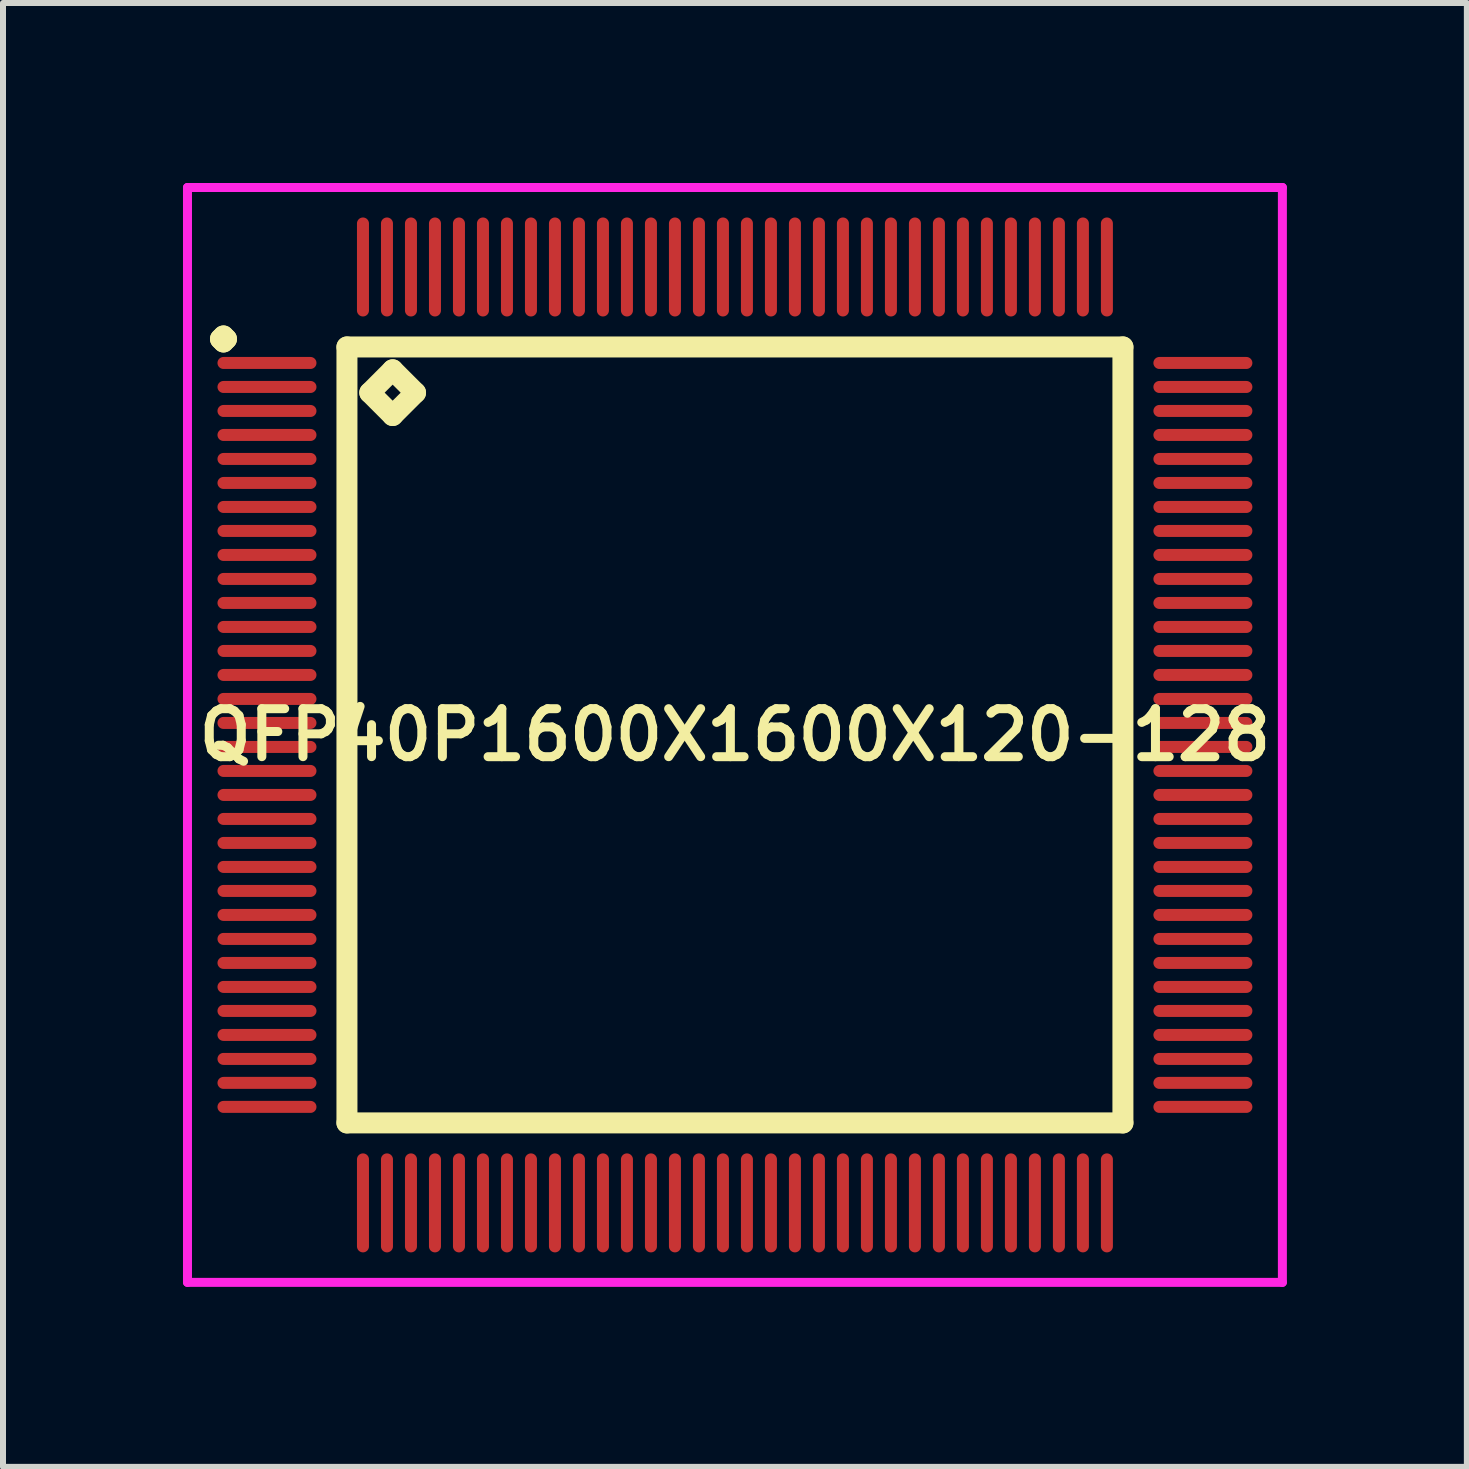
<source format=kicad_pcb>
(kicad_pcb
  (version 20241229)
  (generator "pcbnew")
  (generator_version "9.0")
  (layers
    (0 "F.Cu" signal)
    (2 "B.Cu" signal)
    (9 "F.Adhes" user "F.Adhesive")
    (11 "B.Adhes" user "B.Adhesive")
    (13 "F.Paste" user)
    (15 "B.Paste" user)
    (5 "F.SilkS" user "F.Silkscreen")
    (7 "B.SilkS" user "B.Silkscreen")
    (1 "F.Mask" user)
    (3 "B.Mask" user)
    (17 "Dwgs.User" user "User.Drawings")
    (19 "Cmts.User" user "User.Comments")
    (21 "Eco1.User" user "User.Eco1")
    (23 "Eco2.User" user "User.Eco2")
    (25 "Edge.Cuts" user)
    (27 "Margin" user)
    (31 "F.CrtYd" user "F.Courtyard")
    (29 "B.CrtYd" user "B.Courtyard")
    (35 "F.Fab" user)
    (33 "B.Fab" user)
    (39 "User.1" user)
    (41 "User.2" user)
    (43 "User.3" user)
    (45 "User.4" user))
  (footprint "QFP40P1600X1600X120-128"
    (layer "F.Cu")
    (at 9.2 9.2)
    (property "Reference" "QFP40P1600X1600X120-128" (at 0 0 0) (layer "F.SilkS") (effects (font (size 0.8 0.8) (thickness 0.15))))
    (attr through_hole)
    (fp_line (start -8.575 -6.6) (end -8.525 -6.65) (stroke (width 0.35) (type solid)) (layer "F.SilkS"))
    (fp_line (start -8.525 -6.65) (end -8.475 -6.6) (stroke (width 0.35) (type solid)) (layer "F.SilkS"))
    (fp_line (start -8.525 -6.55) (end -8.575 -6.6) (stroke (width 0.35) (type solid)) (layer "F.SilkS"))
    (fp_line (start -8.475 -6.6) (end -8.525 -6.55) (stroke (width 0.35) (type solid)) (layer "F.SilkS"))
    (fp_line (start -6.467 -6.467) (end -6.467 6.467) (stroke (width 0.35) (type solid)) (layer "F.SilkS"))
    (fp_line (start -6.467 6.467) (end 6.467 6.467) (stroke (width 0.35) (type solid)) (layer "F.SilkS"))
    (fp_line (start -6.086 -5.705) (end -5.705 -6.086) (stroke (width 0.35) (type solid)) (layer "F.SilkS"))
    (fp_line (start -5.705 -6.086) (end -5.324 -5.705) (stroke (width 0.35) (type solid)) (layer "F.SilkS"))
    (fp_line (start -5.705 -5.324) (end -6.086 -5.705) (stroke (width 0.35) (type solid)) (layer "F.SilkS"))
    (fp_line (start -5.324 -5.705) (end -5.705 -5.324) (stroke (width 0.35) (type solid)) (layer "F.SilkS"))
    (fp_line (start 6.467 -6.467) (end -6.467 -6.467) (stroke (width 0.35) (type solid)) (layer "F.SilkS"))
    (fp_line (start 6.467 6.467) (end 6.467 -6.467) (stroke (width 0.35) (type solid)) (layer "F.SilkS"))
    (fp_line (start -9.125 -9.125) (end 9.125 -9.125) (stroke (width 0.15) (type solid)) (layer "F.CrtYd"))
    (fp_line (start -9.125 9.125) (end -9.125 -9.125) (stroke (width 0.15) (type solid)) (layer "F.CrtYd"))
    (fp_line (start 9.125 -9.125) (end 9.125 9.125) (stroke (width 0.15) (type solid)) (layer "F.CrtYd"))
    (fp_line (start 9.125 9.125) (end -9.125 9.125) (stroke (width 0.15) (type solid)) (layer "F.CrtYd"))
    (pad "1" smd oval (at -7.8 -6.2) (size 1.65 0.2) (layers "F.Cu" "F.Mask" "F.Paste"))
    (pad "2" smd oval (at -7.8 -5.8) (size 1.65 0.2) (layers "F.Cu" "F.Mask" "F.Paste"))
    (pad "3" smd oval (at -7.8 -5.4) (size 1.65 0.2) (layers "F.Cu" "F.Mask" "F.Paste"))
    (pad "4" smd oval (at -7.8 -5) (size 1.65 0.2) (layers "F.Cu" "F.Mask" "F.Paste"))
    (pad "5" smd oval (at -7.8 -4.6) (size 1.65 0.2) (layers "F.Cu" "F.Mask" "F.Paste"))
    (pad "6" smd oval (at -7.8 -4.2) (size 1.65 0.2) (layers "F.Cu" "F.Mask" "F.Paste"))
    (pad "7" smd oval (at -7.8 -3.8) (size 1.65 0.2) (layers "F.Cu" "F.Mask" "F.Paste"))
    (pad "8" smd oval (at -7.8 -3.4) (size 1.65 0.2) (layers "F.Cu" "F.Mask" "F.Paste"))
    (pad "9" smd oval (at -7.8 -3) (size 1.65 0.2) (layers "F.Cu" "F.Mask" "F.Paste"))
    (pad "10" smd oval (at -7.8 -2.6) (size 1.65 0.2) (layers "F.Cu" "F.Mask" "F.Paste"))
    (pad "11" smd oval (at -7.8 -2.2) (size 1.65 0.2) (layers "F.Cu" "F.Mask" "F.Paste"))
    (pad "12" smd oval (at -7.8 -1.8) (size 1.65 0.2) (layers "F.Cu" "F.Mask" "F.Paste"))
    (pad "13" smd oval (at -7.8 -1.4) (size 1.65 0.2) (layers "F.Cu" "F.Mask" "F.Paste"))
    (pad "14" smd oval (at -7.8 -1) (size 1.65 0.2) (layers "F.Cu" "F.Mask" "F.Paste"))
    (pad "15" smd oval (at -7.8 -0.6) (size 1.65 0.2) (layers "F.Cu" "F.Mask" "F.Paste"))
    (pad "16" smd oval (at -7.8 -0.2) (size 1.65 0.2) (layers "F.Cu" "F.Mask" "F.Paste"))
    (pad "17" smd oval (at -7.8 0.2) (size 1.65 0.2) (layers "F.Cu" "F.Mask" "F.Paste"))
    (pad "18" smd oval (at -7.8 0.6) (size 1.65 0.2) (layers "F.Cu" "F.Mask" "F.Paste"))
    (pad "19" smd oval (at -7.8 1) (size 1.65 0.2) (layers "F.Cu" "F.Mask" "F.Paste"))
    (pad "20" smd oval (at -7.8 1.4) (size 1.65 0.2) (layers "F.Cu" "F.Mask" "F.Paste"))
    (pad "21" smd oval (at -7.8 1.8) (size 1.65 0.2) (layers "F.Cu" "F.Mask" "F.Paste"))
    (pad "22" smd oval (at -7.8 2.2) (size 1.65 0.2) (layers "F.Cu" "F.Mask" "F.Paste"))
    (pad "23" smd oval (at -7.8 2.6) (size 1.65 0.2) (layers "F.Cu" "F.Mask" "F.Paste"))
    (pad "24" smd oval (at -7.8 3) (size 1.65 0.2) (layers "F.Cu" "F.Mask" "F.Paste"))
    (pad "25" smd oval (at -7.8 3.4) (size 1.65 0.2) (layers "F.Cu" "F.Mask" "F.Paste"))
    (pad "26" smd oval (at -7.8 3.8) (size 1.65 0.2) (layers "F.Cu" "F.Mask" "F.Paste"))
    (pad "27" smd oval (at -7.8 4.2) (size 1.65 0.2) (layers "F.Cu" "F.Mask" "F.Paste"))
    (pad "28" smd oval (at -7.8 4.6) (size 1.65 0.2) (layers "F.Cu" "F.Mask" "F.Paste"))
    (pad "29" smd oval (at -7.8 5) (size 1.65 0.2) (layers "F.Cu" "F.Mask" "F.Paste"))
    (pad "30" smd oval (at -7.8 5.4) (size 1.65 0.2) (layers "F.Cu" "F.Mask" "F.Paste"))
    (pad "31" smd oval (at -7.8 5.8) (size 1.65 0.2) (layers "F.Cu" "F.Mask" "F.Paste"))
    (pad "32" smd oval (at -7.8 6.2) (size 1.65 0.2) (layers "F.Cu" "F.Mask" "F.Paste"))
    (pad "33" smd oval (at -6.2 7.8) (size 0.2 1.65) (layers "F.Cu" "F.Mask" "F.Paste"))
    (pad "34" smd oval (at -5.8 7.8) (size 0.2 1.65) (layers "F.Cu" "F.Mask" "F.Paste"))
    (pad "35" smd oval (at -5.4 7.8) (size 0.2 1.65) (layers "F.Cu" "F.Mask" "F.Paste"))
    (pad "36" smd oval (at -5 7.8) (size 0.2 1.65) (layers "F.Cu" "F.Mask" "F.Paste"))
    (pad "37" smd oval (at -4.6 7.8) (size 0.2 1.65) (layers "F.Cu" "F.Mask" "F.Paste"))
    (pad "38" smd oval (at -4.2 7.8) (size 0.2 1.65) (layers "F.Cu" "F.Mask" "F.Paste"))
    (pad "39" smd oval (at -3.8 7.8) (size 0.2 1.65) (layers "F.Cu" "F.Mask" "F.Paste"))
    (pad "40" smd oval (at -3.4 7.8) (size 0.2 1.65) (layers "F.Cu" "F.Mask" "F.Paste"))
    (pad "41" smd oval (at -3 7.8) (size 0.2 1.65) (layers "F.Cu" "F.Mask" "F.Paste"))
    (pad "42" smd oval (at -2.6 7.8) (size 0.2 1.65) (layers "F.Cu" "F.Mask" "F.Paste"))
    (pad "43" smd oval (at -2.2 7.8) (size 0.2 1.65) (layers "F.Cu" "F.Mask" "F.Paste"))
    (pad "44" smd oval (at -1.8 7.8) (size 0.2 1.65) (layers "F.Cu" "F.Mask" "F.Paste"))
    (pad "45" smd oval (at -1.4 7.8) (size 0.2 1.65) (layers "F.Cu" "F.Mask" "F.Paste"))
    (pad "46" smd oval (at -1 7.8) (size 0.2 1.65) (layers "F.Cu" "F.Mask" "F.Paste"))
    (pad "47" smd oval (at -0.6 7.8) (size 0.2 1.65) (layers "F.Cu" "F.Mask" "F.Paste"))
    (pad "48" smd oval (at -0.2 7.8) (size 0.2 1.65) (layers "F.Cu" "F.Mask" "F.Paste"))
    (pad "49" smd oval (at 0.2 7.8) (size 0.2 1.65) (layers "F.Cu" "F.Mask" "F.Paste"))
    (pad "50" smd oval (at 0.6 7.8) (size 0.2 1.65) (layers "F.Cu" "F.Mask" "F.Paste"))
    (pad "51" smd oval (at 1 7.8) (size 0.2 1.65) (layers "F.Cu" "F.Mask" "F.Paste"))
    (pad "52" smd oval (at 1.4 7.8) (size 0.2 1.65) (layers "F.Cu" "F.Mask" "F.Paste"))
    (pad "53" smd oval (at 1.8 7.8) (size 0.2 1.65) (layers "F.Cu" "F.Mask" "F.Paste"))
    (pad "54" smd oval (at 2.2 7.8) (size 0.2 1.65) (layers "F.Cu" "F.Mask" "F.Paste"))
    (pad "55" smd oval (at 2.6 7.8) (size 0.2 1.65) (layers "F.Cu" "F.Mask" "F.Paste"))
    (pad "56" smd oval (at 3 7.8) (size 0.2 1.65) (layers "F.Cu" "F.Mask" "F.Paste"))
    (pad "57" smd oval (at 3.4 7.8) (size 0.2 1.65) (layers "F.Cu" "F.Mask" "F.Paste"))
    (pad "58" smd oval (at 3.8 7.8) (size 0.2 1.65) (layers "F.Cu" "F.Mask" "F.Paste"))
    (pad "59" smd oval (at 4.2 7.8) (size 0.2 1.65) (layers "F.Cu" "F.Mask" "F.Paste"))
    (pad "60" smd oval (at 4.6 7.8) (size 0.2 1.65) (layers "F.Cu" "F.Mask" "F.Paste"))
    (pad "61" smd oval (at 5 7.8) (size 0.2 1.65) (layers "F.Cu" "F.Mask" "F.Paste"))
    (pad "62" smd oval (at 5.4 7.8) (size 0.2 1.65) (layers "F.Cu" "F.Mask" "F.Paste"))
    (pad "63" smd oval (at 5.8 7.8) (size 0.2 1.65) (layers "F.Cu" "F.Mask" "F.Paste"))
    (pad "64" smd oval (at 6.2 7.8) (size 0.2 1.65) (layers "F.Cu" "F.Mask" "F.Paste"))
    (pad "65" smd oval (at 7.8 6.2) (size 1.65 0.2) (layers "F.Cu" "F.Mask" "F.Paste"))
    (pad "66" smd oval (at 7.8 5.8) (size 1.65 0.2) (layers "F.Cu" "F.Mask" "F.Paste"))
    (pad "67" smd oval (at 7.8 5.4) (size 1.65 0.2) (layers "F.Cu" "F.Mask" "F.Paste"))
    (pad "68" smd oval (at 7.8 5) (size 1.65 0.2) (layers "F.Cu" "F.Mask" "F.Paste"))
    (pad "69" smd oval (at 7.8 4.6) (size 1.65 0.2) (layers "F.Cu" "F.Mask" "F.Paste"))
    (pad "70" smd oval (at 7.8 4.2) (size 1.65 0.2) (layers "F.Cu" "F.Mask" "F.Paste"))
    (pad "71" smd oval (at 7.8 3.8) (size 1.65 0.2) (layers "F.Cu" "F.Mask" "F.Paste"))
    (pad "72" smd oval (at 7.8 3.4) (size 1.65 0.2) (layers "F.Cu" "F.Mask" "F.Paste"))
    (pad "73" smd oval (at 7.8 3) (size 1.65 0.2) (layers "F.Cu" "F.Mask" "F.Paste"))
    (pad "74" smd oval (at 7.8 2.6) (size 1.65 0.2) (layers "F.Cu" "F.Mask" "F.Paste"))
    (pad "75" smd oval (at 7.8 2.2) (size 1.65 0.2) (layers "F.Cu" "F.Mask" "F.Paste"))
    (pad "76" smd oval (at 7.8 1.8) (size 1.65 0.2) (layers "F.Cu" "F.Mask" "F.Paste"))
    (pad "77" smd oval (at 7.8 1.4) (size 1.65 0.2) (layers "F.Cu" "F.Mask" "F.Paste"))
    (pad "78" smd oval (at 7.8 1) (size 1.65 0.2) (layers "F.Cu" "F.Mask" "F.Paste"))
    (pad "79" smd oval (at 7.8 0.6) (size 1.65 0.2) (layers "F.Cu" "F.Mask" "F.Paste"))
    (pad "80" smd oval (at 7.8 0.2) (size 1.65 0.2) (layers "F.Cu" "F.Mask" "F.Paste"))
    (pad "81" smd oval (at 7.8 -0.2) (size 1.65 0.2) (layers "F.Cu" "F.Mask" "F.Paste"))
    (pad "82" smd oval (at 7.8 -0.6) (size 1.65 0.2) (layers "F.Cu" "F.Mask" "F.Paste"))
    (pad "83" smd oval (at 7.8 -1) (size 1.65 0.2) (layers "F.Cu" "F.Mask" "F.Paste"))
    (pad "84" smd oval (at 7.8 -1.4) (size 1.65 0.2) (layers "F.Cu" "F.Mask" "F.Paste"))
    (pad "85" smd oval (at 7.8 -1.8) (size 1.65 0.2) (layers "F.Cu" "F.Mask" "F.Paste"))
    (pad "86" smd oval (at 7.8 -2.2) (size 1.65 0.2) (layers "F.Cu" "F.Mask" "F.Paste"))
    (pad "87" smd oval (at 7.8 -2.6) (size 1.65 0.2) (layers "F.Cu" "F.Mask" "F.Paste"))
    (pad "88" smd oval (at 7.8 -3) (size 1.65 0.2) (layers "F.Cu" "F.Mask" "F.Paste"))
    (pad "89" smd oval (at 7.8 -3.4) (size 1.65 0.2) (layers "F.Cu" "F.Mask" "F.Paste"))
    (pad "90" smd oval (at 7.8 -3.8) (size 1.65 0.2) (layers "F.Cu" "F.Mask" "F.Paste"))
    (pad "91" smd oval (at 7.8 -4.2) (size 1.65 0.2) (layers "F.Cu" "F.Mask" "F.Paste"))
    (pad "92" smd oval (at 7.8 -4.6) (size 1.65 0.2) (layers "F.Cu" "F.Mask" "F.Paste"))
    (pad "93" smd oval (at 7.8 -5) (size 1.65 0.2) (layers "F.Cu" "F.Mask" "F.Paste"))
    (pad "94" smd oval (at 7.8 -5.4) (size 1.65 0.2) (layers "F.Cu" "F.Mask" "F.Paste"))
    (pad "95" smd oval (at 7.8 -5.8) (size 1.65 0.2) (layers "F.Cu" "F.Mask" "F.Paste"))
    (pad "96" smd oval (at 7.8 -6.2) (size 1.65 0.2) (layers "F.Cu" "F.Mask" "F.Paste"))
    (pad "97" smd oval (at 6.2 -7.8) (size 0.2 1.65) (layers "F.Cu" "F.Mask" "F.Paste"))
    (pad "98" smd oval (at 5.8 -7.8) (size 0.2 1.65) (layers "F.Cu" "F.Mask" "F.Paste"))
    (pad "99" smd oval (at 5.4 -7.8) (size 0.2 1.65) (layers "F.Cu" "F.Mask" "F.Paste"))
    (pad "100" smd oval (at 5 -7.8) (size 0.2 1.65) (layers "F.Cu" "F.Mask" "F.Paste"))
    (pad "101" smd oval (at 4.6 -7.8) (size 0.2 1.65) (layers "F.Cu" "F.Mask" "F.Paste"))
    (pad "102" smd oval (at 4.2 -7.8) (size 0.2 1.65) (layers "F.Cu" "F.Mask" "F.Paste"))
    (pad "103" smd oval (at 3.8 -7.8) (size 0.2 1.65) (layers "F.Cu" "F.Mask" "F.Paste"))
    (pad "104" smd oval (at 3.4 -7.8) (size 0.2 1.65) (layers "F.Cu" "F.Mask" "F.Paste"))
    (pad "105" smd oval (at 3 -7.8) (size 0.2 1.65) (layers "F.Cu" "F.Mask" "F.Paste"))
    (pad "106" smd oval (at 2.6 -7.8) (size 0.2 1.65) (layers "F.Cu" "F.Mask" "F.Paste"))
    (pad "107" smd oval (at 2.2 -7.8) (size 0.2 1.65) (layers "F.Cu" "F.Mask" "F.Paste"))
    (pad "108" smd oval (at 1.8 -7.8) (size 0.2 1.65) (layers "F.Cu" "F.Mask" "F.Paste"))
    (pad "109" smd oval (at 1.4 -7.8) (size 0.2 1.65) (layers "F.Cu" "F.Mask" "F.Paste"))
    (pad "110" smd oval (at 1 -7.8) (size 0.2 1.65) (layers "F.Cu" "F.Mask" "F.Paste"))
    (pad "111" smd oval (at 0.6 -7.8) (size 0.2 1.65) (layers "F.Cu" "F.Mask" "F.Paste"))
    (pad "112" smd oval (at 0.2 -7.8) (size 0.2 1.65) (layers "F.Cu" "F.Mask" "F.Paste"))
    (pad "113" smd oval (at -0.2 -7.8) (size 0.2 1.65) (layers "F.Cu" "F.Mask" "F.Paste"))
    (pad "114" smd oval (at -0.6 -7.8) (size 0.2 1.65) (layers "F.Cu" "F.Mask" "F.Paste"))
    (pad "115" smd oval (at -1 -7.8) (size 0.2 1.65) (layers "F.Cu" "F.Mask" "F.Paste"))
    (pad "116" smd oval (at -1.4 -7.8) (size 0.2 1.65) (layers "F.Cu" "F.Mask" "F.Paste"))
    (pad "117" smd oval (at -1.8 -7.8) (size 0.2 1.65) (layers "F.Cu" "F.Mask" "F.Paste"))
    (pad "118" smd oval (at -2.2 -7.8) (size 0.2 1.65) (layers "F.Cu" "F.Mask" "F.Paste"))
    (pad "119" smd oval (at -2.6 -7.8) (size 0.2 1.65) (layers "F.Cu" "F.Mask" "F.Paste"))
    (pad "120" smd oval (at -3 -7.8) (size 0.2 1.65) (layers "F.Cu" "F.Mask" "F.Paste"))
    (pad "121" smd oval (at -3.4 -7.8) (size 0.2 1.65) (layers "F.Cu" "F.Mask" "F.Paste"))
    (pad "122" smd oval (at -3.8 -7.8) (size 0.2 1.65) (layers "F.Cu" "F.Mask" "F.Paste"))
    (pad "123" smd oval (at -4.2 -7.8) (size 0.2 1.65) (layers "F.Cu" "F.Mask" "F.Paste"))
    (pad "124" smd oval (at -4.6 -7.8) (size 0.2 1.65) (layers "F.Cu" "F.Mask" "F.Paste"))
    (pad "125" smd oval (at -5 -7.8) (size 0.2 1.65) (layers "F.Cu" "F.Mask" "F.Paste"))
    (pad "126" smd oval (at -5.4 -7.8) (size 0.2 1.65) (layers "F.Cu" "F.Mask" "F.Paste"))
    (pad "127" smd oval (at -5.8 -7.8) (size 0.2 1.65) (layers "F.Cu" "F.Mask" "F.Paste"))
    (pad "128" smd oval (at -6.2 -7.8) (size 0.2 1.65) (layers "F.Cu" "F.Mask" "F.Paste")))
  (gr_rect
    (start -3 -3)
    (end 21.4 21.4)
    (stroke (width 0.1) (type default))
    (fill no)
    (layer "Edge.Cuts")))
</source>
